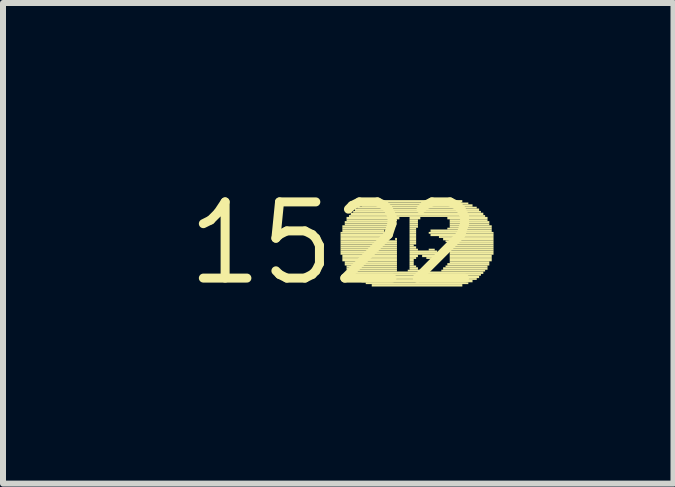
<source format=kicad_pcb>
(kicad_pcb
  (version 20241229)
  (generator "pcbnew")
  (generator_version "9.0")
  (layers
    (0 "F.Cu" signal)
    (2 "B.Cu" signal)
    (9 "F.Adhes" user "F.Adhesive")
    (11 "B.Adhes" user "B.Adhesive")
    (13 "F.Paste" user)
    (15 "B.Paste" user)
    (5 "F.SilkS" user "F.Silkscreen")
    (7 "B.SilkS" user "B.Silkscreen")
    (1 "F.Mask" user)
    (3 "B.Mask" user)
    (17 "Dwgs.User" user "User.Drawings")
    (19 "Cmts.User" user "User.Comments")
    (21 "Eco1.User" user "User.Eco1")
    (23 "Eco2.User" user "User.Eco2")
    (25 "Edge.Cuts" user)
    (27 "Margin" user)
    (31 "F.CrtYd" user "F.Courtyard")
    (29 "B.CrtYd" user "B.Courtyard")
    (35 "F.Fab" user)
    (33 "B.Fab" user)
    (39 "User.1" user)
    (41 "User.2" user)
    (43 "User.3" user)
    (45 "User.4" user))
  (footprint "1522"
    (layer "F.Cu")
    (at 2.517 1.006)
    (property "Reference" "1522" (at 0 0 0) (layer "F.SilkS") (effects (font (size 1.27 1.27) (thickness 0.15))))
    (fp_poly (pts (xy 0.11 -0.16) (xy 0.84 -0.16) (xy 0.84 -0.19) (xy 0.11 -0.19)) (stroke (width 0) (type default)) (fill yes) (layer "F.SilkS"))
    (fp_poly (pts (xy 0.11 -0.12) (xy 0.84 -0.12) (xy 0.84 -0.16) (xy 0.11 -0.16)) (stroke (width 0) (type default)) (fill yes) (layer "F.SilkS"))
    (fp_poly (pts (xy 0.11 -0.09) (xy 0.84 -0.09) (xy 0.84 -0.12) (xy 0.11 -0.12)) (stroke (width 0) (type default)) (fill yes) (layer "F.SilkS"))
    (fp_poly (pts (xy 0.11 -0.05) (xy 0.88 -0.05) (xy 0.88 -0.09) (xy 0.11 -0.09)) (stroke (width 0) (type default)) (fill yes) (layer "F.SilkS"))
    (fp_poly (pts (xy 0.11 -0.02) (xy 1.05 -0.02) (xy 1.05 -0.05) (xy 0.11 -0.05)) (stroke (width 0) (type default)) (fill yes) (layer "F.SilkS"))
    (fp_poly (pts (xy 0.11 0.02) (xy 1.05 0.02) (xy 1.05 -0.02) (xy 0.11 -0.02)) (stroke (width 0) (type default)) (fill yes) (layer "F.SilkS"))
    (fp_poly (pts (xy 0.11 0.05) (xy 1.05 0.05) (xy 1.05 0.02) (xy 0.11 0.02)) (stroke (width 0) (type default)) (fill yes) (layer "F.SilkS"))
    (fp_poly (pts (xy 0.11 0.09) (xy 1.05 0.09) (xy 1.05 0.05) (xy 0.11 0.05)) (stroke (width 0) (type default)) (fill yes) (layer "F.SilkS"))
    (fp_poly (pts (xy 0.11 0.12) (xy 1.05 0.12) (xy 1.05 0.09) (xy 0.11 0.09)) (stroke (width 0) (type default)) (fill yes) (layer "F.SilkS"))
    (fp_poly (pts (xy 0.11 0.16) (xy 1.05 0.16) (xy 1.05 0.12) (xy 0.11 0.12)) (stroke (width 0) (type default)) (fill yes) (layer "F.SilkS"))
    (fp_poly (pts (xy 0.11 0.19) (xy 1.05 0.19) (xy 1.05 0.16) (xy 0.11 0.16)) (stroke (width 0) (type default)) (fill yes) (layer "F.SilkS"))
    (fp_poly (pts (xy 0.14 -0.26) (xy 0.91 -0.26) (xy 0.91 -0.3) (xy 0.14 -0.3)) (stroke (width 0) (type default)) (fill yes) (layer "F.SilkS"))
    (fp_poly (pts (xy 0.14 -0.23) (xy 0.88 -0.23) (xy 0.88 -0.26) (xy 0.14 -0.26)) (stroke (width 0) (type default)) (fill yes) (layer "F.SilkS"))
    (fp_poly (pts (xy 0.14 -0.19) (xy 0.84 -0.19) (xy 0.84 -0.23) (xy 0.14 -0.23)) (stroke (width 0) (type default)) (fill yes) (layer "F.SilkS"))
    (fp_poly (pts (xy 0.14 0.23) (xy 1.05 0.23) (xy 1.05 0.19) (xy 0.14 0.19)) (stroke (width 0) (type default)) (fill yes) (layer "F.SilkS"))
    (fp_poly (pts (xy 0.14 0.26) (xy 1.05 0.26) (xy 1.05 0.23) (xy 0.14 0.23)) (stroke (width 0) (type default)) (fill yes) (layer "F.SilkS"))
    (fp_poly (pts (xy 0.14 0.3) (xy 1.05 0.3) (xy 1.05 0.26) (xy 0.14 0.26)) (stroke (width 0) (type default)) (fill yes) (layer "F.SilkS"))
    (fp_poly (pts (xy 0.18 -0.33) (xy 1.02 -0.33) (xy 1.02 -0.37) (xy 0.18 -0.37)) (stroke (width 0) (type default)) (fill yes) (layer "F.SilkS"))
    (fp_poly (pts (xy 0.18 -0.3) (xy 0.95 -0.3) (xy 0.95 -0.33) (xy 0.18 -0.33)) (stroke (width 0) (type default)) (fill yes) (layer "F.SilkS"))
    (fp_poly (pts (xy 0.18 0.33) (xy 1.05 0.33) (xy 1.05 0.3) (xy 0.18 0.3)) (stroke (width 0) (type default)) (fill yes) (layer "F.SilkS"))
    (fp_poly (pts (xy 0.18 0.37) (xy 1.05 0.37) (xy 1.05 0.33) (xy 0.18 0.33)) (stroke (width 0) (type default)) (fill yes) (layer "F.SilkS"))
    (fp_poly (pts (xy 0.21 -0.4) (xy 1.09 -0.4) (xy 1.09 -0.44) (xy 0.21 -0.44)) (stroke (width 0) (type default)) (fill yes) (layer "F.SilkS"))
    (fp_poly (pts (xy 0.21 -0.37) (xy 1.05 -0.37) (xy 1.05 -0.4) (xy 0.21 -0.4)) (stroke (width 0) (type default)) (fill yes) (layer "F.SilkS"))
    (fp_poly (pts (xy 0.21 0.4) (xy 1.05 0.4) (xy 1.05 0.37) (xy 0.21 0.37)) (stroke (width 0) (type default)) (fill yes) (layer "F.SilkS"))
    (fp_poly (pts (xy 0.21 0.44) (xy 1.05 0.44) (xy 1.05 0.4) (xy 0.21 0.4)) (stroke (width 0) (type default)) (fill yes) (layer "F.SilkS"))
    (fp_poly (pts (xy 0.25 -0.44) (xy 2.52 -0.44) (xy 2.52 -0.47) (xy 0.25 -0.47)) (stroke (width 0) (type default)) (fill yes) (layer "F.SilkS"))
    (fp_poly (pts (xy 0.25 0.47) (xy 1.05 0.47) (xy 1.05 0.44) (xy 0.25 0.44)) (stroke (width 0) (type default)) (fill yes) (layer "F.SilkS"))
    (fp_poly (pts (xy 0.28 -0.47) (xy 2.49 -0.47) (xy 2.49 -0.51) (xy 0.28 -0.51)) (stroke (width 0) (type default)) (fill yes) (layer "F.SilkS"))
    (fp_poly (pts (xy 0.28 0.51) (xy 2.49 0.51) (xy 2.49 0.47) (xy 0.28 0.47)) (stroke (width 0) (type default)) (fill yes) (layer "F.SilkS"))
    (fp_poly (pts (xy 0.32 -0.51) (xy 2.45 -0.51) (xy 2.45 -0.54) (xy 0.32 -0.54)) (stroke (width 0) (type default)) (fill yes) (layer "F.SilkS"))
    (fp_poly (pts (xy 0.32 0.54) (xy 2.45 0.54) (xy 2.45 0.51) (xy 0.32 0.51)) (stroke (width 0) (type default)) (fill yes) (layer "F.SilkS"))
    (fp_poly (pts (xy 0.35 -0.54) (xy 2.42 -0.54) (xy 2.42 -0.58) (xy 0.35 -0.58)) (stroke (width 0) (type default)) (fill yes) (layer "F.SilkS"))
    (fp_poly (pts (xy 0.35 0.58) (xy 2.42 0.58) (xy 2.42 0.54) (xy 0.35 0.54)) (stroke (width 0) (type default)) (fill yes) (layer "F.SilkS"))
    (fp_poly (pts (xy 0.39 -0.58) (xy 2.38 -0.58) (xy 2.38 -0.61) (xy 0.39 -0.61)) (stroke (width 0) (type default)) (fill yes) (layer "F.SilkS"))
    (fp_poly (pts (xy 0.39 0.61) (xy 2.38 0.61) (xy 2.38 0.58) (xy 0.39 0.58)) (stroke (width 0) (type default)) (fill yes) (layer "F.SilkS"))
    (fp_poly (pts (xy 0.46 -0.61) (xy 2.31 -0.61) (xy 2.31 -0.65) (xy 0.46 -0.65)) (stroke (width 0) (type default)) (fill yes) (layer "F.SilkS"))
    (fp_poly (pts (xy 0.46 0.65) (xy 2.31 0.65) (xy 2.31 0.61) (xy 0.46 0.61)) (stroke (width 0) (type default)) (fill yes) (layer "F.SilkS"))
    (fp_poly (pts (xy 0.53 -0.65) (xy 2.24 -0.65) (xy 2.24 -0.68) (xy 0.53 -0.68)) (stroke (width 0) (type default)) (fill yes) (layer "F.SilkS"))
    (fp_poly (pts (xy 0.53 0.68) (xy 2.24 0.68) (xy 2.24 0.65) (xy 0.53 0.65)) (stroke (width 0) (type default)) (fill yes) (layer "F.SilkS"))
    (fp_poly (pts (xy 0.63 -0.68) (xy 2.14 -0.68) (xy 2.14 -0.72) (xy 0.63 -0.72)) (stroke (width 0) (type default)) (fill yes) (layer "F.SilkS"))
    (fp_poly (pts (xy 0.63 0.72) (xy 2.14 0.72) (xy 2.14 0.68) (xy 0.63 0.68)) (stroke (width 0) (type default)) (fill yes) (layer "F.SilkS"))
    (fp_poly (pts (xy 1.02 -0.05) (xy 1.05 -0.05) (xy 1.05 -0.09) (xy 1.02 -0.09)) (stroke (width 0) (type default)) (fill yes) (layer "F.SilkS"))
    (fp_poly (pts (xy 1.23 0.47) (xy 1.47 0.47) (xy 1.47 0.44) (xy 1.23 0.44)) (stroke (width 0) (type default)) (fill yes) (layer "F.SilkS"))
    (fp_poly (pts (xy 1.26 -0.4) (xy 1.44 -0.4) (xy 1.44 -0.44) (xy 1.26 -0.44)) (stroke (width 0) (type default)) (fill yes) (layer "F.SilkS"))
    (fp_poly (pts (xy 1.26 -0.37) (xy 1.4 -0.37) (xy 1.4 -0.4) (xy 1.26 -0.4)) (stroke (width 0) (type default)) (fill yes) (layer "F.SilkS"))
    (fp_poly (pts (xy 1.26 -0.33) (xy 1.4 -0.33) (xy 1.4 -0.37) (xy 1.26 -0.37)) (stroke (width 0) (type default)) (fill yes) (layer "F.SilkS"))
    (fp_poly (pts (xy 1.26 -0.3) (xy 1.4 -0.3) (xy 1.4 -0.33) (xy 1.26 -0.33)) (stroke (width 0) (type default)) (fill yes) (layer "F.SilkS"))
    (fp_poly (pts (xy 1.26 -0.26) (xy 1.4 -0.26) (xy 1.4 -0.3) (xy 1.26 -0.3)) (stroke (width 0) (type default)) (fill yes) (layer "F.SilkS"))
    (fp_poly (pts (xy 1.26 -0.23) (xy 1.37 -0.23) (xy 1.37 -0.26) (xy 1.26 -0.26)) (stroke (width 0) (type default)) (fill yes) (layer "F.SilkS"))
    (fp_poly (pts (xy 1.26 -0.19) (xy 1.37 -0.19) (xy 1.37 -0.23) (xy 1.26 -0.23)) (stroke (width 0) (type default)) (fill yes) (layer "F.SilkS"))
    (fp_poly (pts (xy 1.26 -0.16) (xy 1.37 -0.16) (xy 1.37 -0.19) (xy 1.26 -0.19)) (stroke (width 0) (type default)) (fill yes) (layer "F.SilkS"))
    (fp_poly (pts (xy 1.26 -0.12) (xy 1.37 -0.12) (xy 1.37 -0.16) (xy 1.26 -0.16)) (stroke (width 0) (type default)) (fill yes) (layer "F.SilkS"))
    (fp_poly (pts (xy 1.26 -0.09) (xy 1.37 -0.09) (xy 1.37 -0.12) (xy 1.26 -0.12)) (stroke (width 0) (type default)) (fill yes) (layer "F.SilkS"))
    (fp_poly (pts (xy 1.26 -0.05) (xy 1.37 -0.05) (xy 1.37 -0.09) (xy 1.26 -0.09)) (stroke (width 0) (type default)) (fill yes) (layer "F.SilkS"))
    (fp_poly (pts (xy 1.26 -0.02) (xy 1.37 -0.02) (xy 1.37 -0.05) (xy 1.26 -0.05)) (stroke (width 0) (type default)) (fill yes) (layer "F.SilkS"))
    (fp_poly (pts (xy 1.26 0.02) (xy 1.37 0.02) (xy 1.37 -0.02) (xy 1.26 -0.02)) (stroke (width 0) (type default)) (fill yes) (layer "F.SilkS"))
    (fp_poly (pts (xy 1.26 0.05) (xy 1.33 0.05) (xy 1.33 0.02) (xy 1.26 0.02)) (stroke (width 0) (type default)) (fill yes) (layer "F.SilkS"))
    (fp_poly (pts (xy 1.26 0.09) (xy 1.37 0.09) (xy 1.37 0.05) (xy 1.26 0.05)) (stroke (width 0) (type default)) (fill yes) (layer "F.SilkS"))
    (fp_poly (pts (xy 1.26 0.12) (xy 1.4 0.12) (xy 1.4 0.09) (xy 1.26 0.09)) (stroke (width 0) (type default)) (fill yes) (layer "F.SilkS"))
    (fp_poly (pts (xy 1.26 0.16) (xy 1.72 0.16) (xy 1.72 0.12) (xy 1.26 0.12)) (stroke (width 0) (type default)) (fill yes) (layer "F.SilkS"))
    (fp_poly (pts (xy 1.26 0.19) (xy 1.72 0.19) (xy 1.72 0.16) (xy 1.26 0.16)) (stroke (width 0) (type default)) (fill yes) (layer "F.SilkS"))
    (fp_poly (pts (xy 1.26 0.23) (xy 1.4 0.23) (xy 1.4 0.19) (xy 1.26 0.19)) (stroke (width 0) (type default)) (fill yes) (layer "F.SilkS"))
    (fp_poly (pts (xy 1.26 0.26) (xy 1.37 0.26) (xy 1.37 0.23) (xy 1.26 0.23)) (stroke (width 0) (type default)) (fill yes) (layer "F.SilkS"))
    (fp_poly (pts (xy 1.26 0.3) (xy 1.33 0.3) (xy 1.33 0.26) (xy 1.26 0.26)) (stroke (width 0) (type default)) (fill yes) (layer "F.SilkS"))
    (fp_poly (pts (xy 1.26 0.33) (xy 1.33 0.33) (xy 1.33 0.3) (xy 1.26 0.3)) (stroke (width 0) (type default)) (fill yes) (layer "F.SilkS"))
    (fp_poly (pts (xy 1.26 0.37) (xy 1.33 0.37) (xy 1.33 0.33) (xy 1.26 0.33)) (stroke (width 0) (type default)) (fill yes) (layer "F.SilkS"))
    (fp_poly (pts (xy 1.26 0.4) (xy 1.37 0.4) (xy 1.37 0.37) (xy 1.26 0.37)) (stroke (width 0) (type default)) (fill yes) (layer "F.SilkS"))
    (fp_poly (pts (xy 1.26 0.44) (xy 1.4 0.44) (xy 1.4 0.4) (xy 1.26 0.4)) (stroke (width 0) (type default)) (fill yes) (layer "F.SilkS"))
    (fp_poly (pts (xy 1.47 0.23) (xy 1.72 0.23) (xy 1.72 0.19) (xy 1.47 0.19)) (stroke (width 0) (type default)) (fill yes) (layer "F.SilkS"))
    (fp_poly (pts (xy 1.54 0.26) (xy 1.68 0.26) (xy 1.68 0.23) (xy 1.54 0.23)) (stroke (width 0) (type default)) (fill yes) (layer "F.SilkS"))
    (fp_poly (pts (xy 1.58 -0.16) (xy 2.66 -0.16) (xy 2.66 -0.19) (xy 1.58 -0.19)) (stroke (width 0) (type default)) (fill yes) (layer "F.SilkS"))
    (fp_poly (pts (xy 1.58 0.12) (xy 1.68 0.12) (xy 1.68 0.09) (xy 1.58 0.09)) (stroke (width 0) (type default)) (fill yes) (layer "F.SilkS"))
    (fp_poly (pts (xy 1.61 -0.19) (xy 2.63 -0.19) (xy 2.63 -0.23) (xy 1.61 -0.23)) (stroke (width 0) (type default)) (fill yes) (layer "F.SilkS"))
    (fp_poly (pts (xy 1.61 -0.12) (xy 2.66 -0.12) (xy 2.66 -0.16) (xy 1.61 -0.16)) (stroke (width 0) (type default)) (fill yes) (layer "F.SilkS"))
    (fp_poly (pts (xy 1.75 -0.09) (xy 2.66 -0.09) (xy 2.66 -0.12) (xy 1.75 -0.12)) (stroke (width 0) (type default)) (fill yes) (layer "F.SilkS"))
    (fp_poly (pts (xy 1.79 0.47) (xy 2.52 0.47) (xy 2.52 0.44) (xy 1.79 0.44)) (stroke (width 0) (type default)) (fill yes) (layer "F.SilkS"))
    (fp_poly (pts (xy 1.82 -0.05) (xy 2.66 -0.05) (xy 2.66 -0.09) (xy 1.82 -0.09)) (stroke (width 0) (type default)) (fill yes) (layer "F.SilkS"))
    (fp_poly (pts (xy 1.82 0.44) (xy 2.56 0.44) (xy 2.56 0.4) (xy 1.82 0.4)) (stroke (width 0) (type default)) (fill yes) (layer "F.SilkS"))
    (fp_poly (pts (xy 1.86 -0.02) (xy 2.66 -0.02) (xy 2.66 -0.05) (xy 1.86 -0.05)) (stroke (width 0) (type default)) (fill yes) (layer "F.SilkS"))
    (fp_poly (pts (xy 1.86 0.4) (xy 2.56 0.4) (xy 2.56 0.37) (xy 1.86 0.37)) (stroke (width 0) (type default)) (fill yes) (layer "F.SilkS"))
    (fp_poly (pts (xy 1.89 -0.4) (xy 2.56 -0.4) (xy 2.56 -0.44) (xy 1.89 -0.44)) (stroke (width 0) (type default)) (fill yes) (layer "F.SilkS"))
    (fp_poly (pts (xy 1.89 -0.23) (xy 2.63 -0.23) (xy 2.63 -0.26) (xy 1.89 -0.26)) (stroke (width 0) (type default)) (fill yes) (layer "F.SilkS"))
    (fp_poly (pts (xy 1.89 0.02) (xy 2.66 0.02) (xy 2.66 -0.02) (xy 1.89 -0.02)) (stroke (width 0) (type default)) (fill yes) (layer "F.SilkS"))
    (fp_poly (pts (xy 1.89 0.37) (xy 2.59 0.37) (xy 2.59 0.33) (xy 1.89 0.33)) (stroke (width 0) (type default)) (fill yes) (layer "F.SilkS"))
    (fp_poly (pts (xy 1.93 -0.37) (xy 2.56 -0.37) (xy 2.56 -0.4) (xy 1.93 -0.4)) (stroke (width 0) (type default)) (fill yes) (layer "F.SilkS"))
    (fp_poly (pts (xy 1.93 -0.33) (xy 2.59 -0.33) (xy 2.59 -0.37) (xy 1.93 -0.37)) (stroke (width 0) (type default)) (fill yes) (layer "F.SilkS"))
    (fp_poly (pts (xy 1.93 -0.3) (xy 2.59 -0.3) (xy 2.59 -0.33) (xy 1.93 -0.33)) (stroke (width 0) (type default)) (fill yes) (layer "F.SilkS"))
    (fp_poly (pts (xy 1.93 -0.26) (xy 2.63 -0.26) (xy 2.63 -0.3) (xy 1.93 -0.3)) (stroke (width 0) (type default)) (fill yes) (layer "F.SilkS"))
    (fp_poly (pts (xy 1.93 0.05) (xy 2.66 0.05) (xy 2.66 0.02) (xy 1.93 0.02)) (stroke (width 0) (type default)) (fill yes) (layer "F.SilkS"))
    (fp_poly (pts (xy 1.93 0.09) (xy 2.66 0.09) (xy 2.66 0.05) (xy 1.93 0.05)) (stroke (width 0) (type default)) (fill yes) (layer "F.SilkS"))
    (fp_poly (pts (xy 1.93 0.12) (xy 2.66 0.12) (xy 2.66 0.09) (xy 1.93 0.09)) (stroke (width 0) (type default)) (fill yes) (layer "F.SilkS"))
    (fp_poly (pts (xy 1.93 0.16) (xy 2.66 0.16) (xy 2.66 0.12) (xy 1.93 0.12)) (stroke (width 0) (type default)) (fill yes) (layer "F.SilkS"))
    (fp_poly (pts (xy 1.93 0.19) (xy 2.66 0.19) (xy 2.66 0.16) (xy 1.93 0.16)) (stroke (width 0) (type default)) (fill yes) (layer "F.SilkS"))
    (fp_poly (pts (xy 1.93 0.23) (xy 2.63 0.23) (xy 2.63 0.19) (xy 1.93 0.19)) (stroke (width 0) (type default)) (fill yes) (layer "F.SilkS"))
    (fp_poly (pts (xy 1.93 0.26) (xy 2.63 0.26) (xy 2.63 0.23) (xy 1.93 0.23)) (stroke (width 0) (type default)) (fill yes) (layer "F.SilkS"))
    (fp_poly (pts (xy 1.93 0.3) (xy 2.63 0.3) (xy 2.63 0.26) (xy 1.93 0.26)) (stroke (width 0) (type default)) (fill yes) (layer "F.SilkS"))
    (fp_poly (pts (xy 1.93 0.33) (xy 2.59 0.33) (xy 2.59 0.3) (xy 1.93 0.3)) (stroke (width 0) (type default)) (fill yes) (layer "F.SilkS")))
  (gr_rect
    (start -3 -3)
    (end 8.177 5.012)
    (stroke (width 0.1) (type default))
    (fill no)
    (layer "Edge.Cuts")))
</source>
